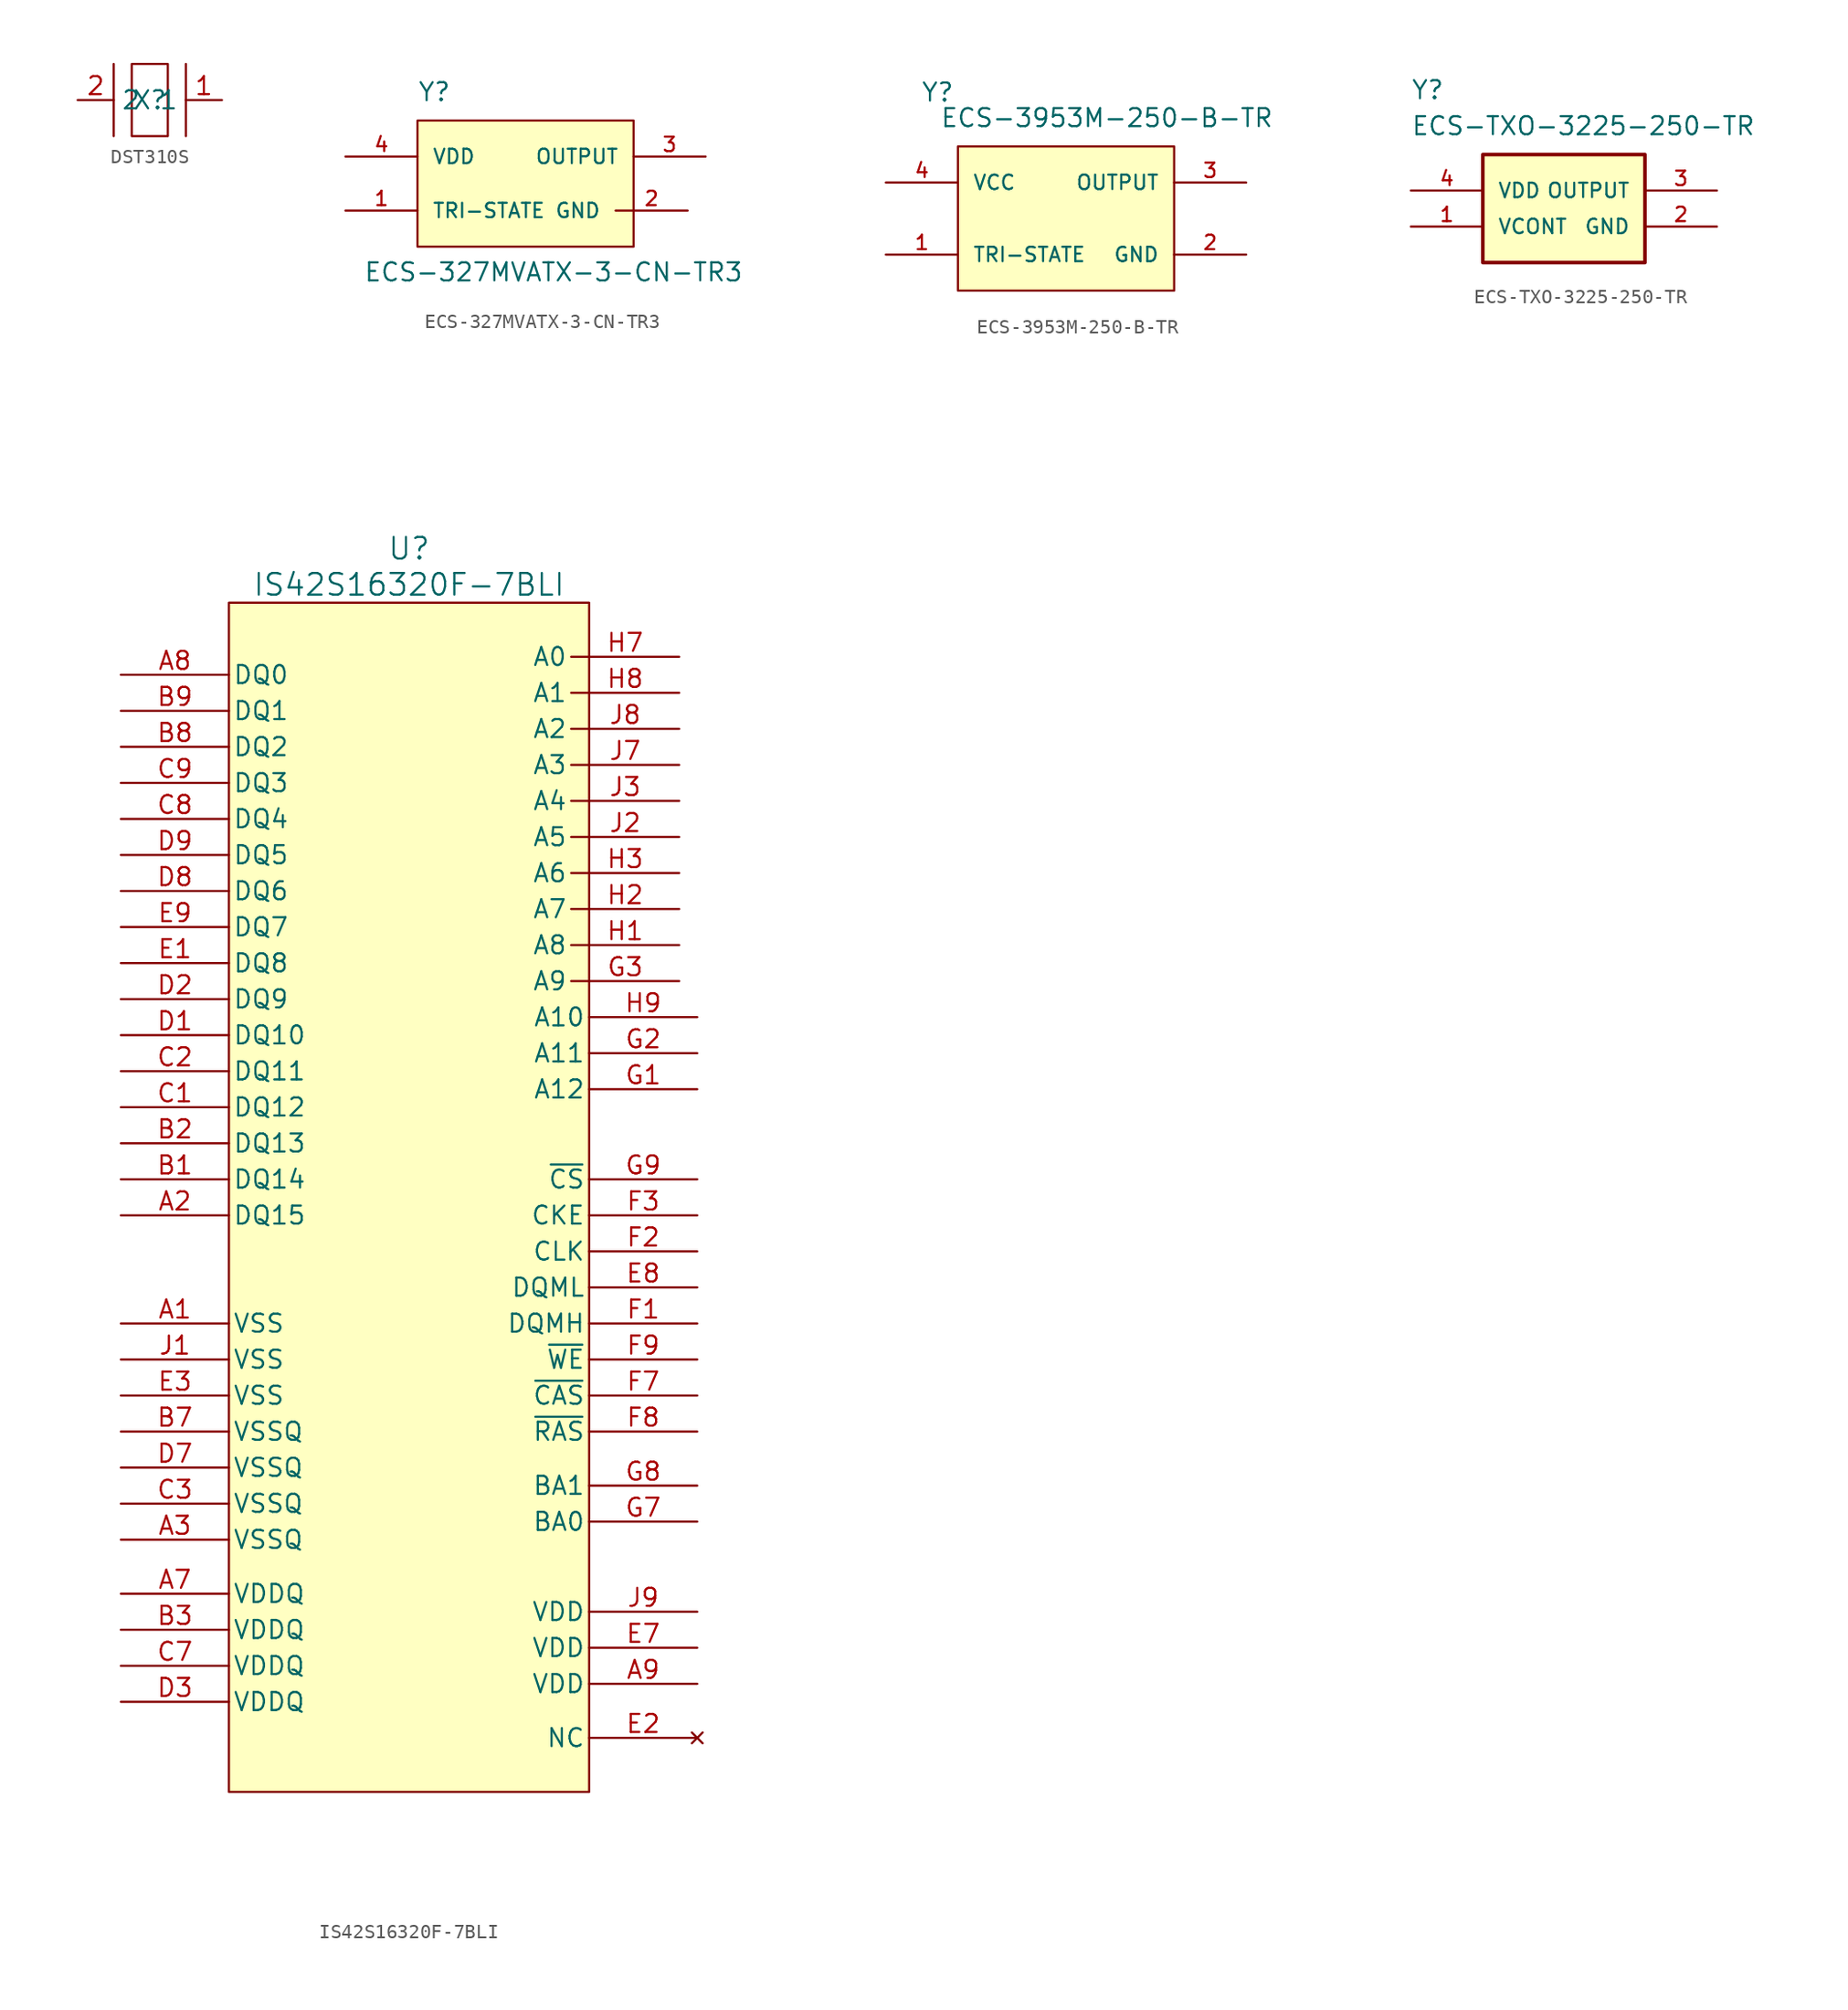
<source format=kicad_sym>
(kicad_symbol_lib
  (version 20231120)
  (generator "kicad_symbol_editor")
  (generator_version "8.0")
  (symbol "DST310S"
    (property "Reference" "X"
      (at 0 0 0)
      (effects (font (size 1.27 1.27))))
    (property "Value" ""
      (at 0 0 0)
      (effects (font (size 1.27 1.27))))
    (symbol "DST310S_0_1"
      (rectangle (start -2.54 2.54) (end -2.54 -2.54) (stroke (width 0) (type default)) (fill (type none)))
      (rectangle (start -1.27 2.54) (end 1.27 -2.54) (stroke (width 0) (type default)) (fill (type none)))
      (rectangle (start 2.54 2.54) (end 2.54 -2.54) (stroke (width 0) (type default)) (fill (type none))))
    (symbol "DST310S_1_1"
      (pin input line (at 5.08 0 180) (length 2.54) (name "1" (effects (font (size 1.27 1.27)))) (number "1" (effects (font (size 1.27 1.27)))))
      (pin input line (at -5.08 0 0) (length 2.54) (name "2" (effects (font (size 1.27 1.27)))) (number "2" (effects (font (size 1.27 1.27)))))))
  (symbol "ECS-327MVATX-3-CN-TR3"
    (pin_names
      (offset 1.016))
    (property "Reference" "Y"
      (at -7.62 5.08 0)
      (effects (font (size 1.27 1.27)) (justify left bottom)))
    (property "Value" "ECS-327MVATX-3-CN-TR3"
      (at -11.43 -7.62 0)
      (effects (font (size 1.27 1.27)) (justify left bottom)))
    (symbol "ECS-327MVATX-3-CN-TR3_0_0"
      (rectangle (start -7.62 3.81) (end 7.62 -5.08) (stroke (width 0.152) (type solid)) (fill (type background)))
      (pin input line (at -12.7 -2.54 0) (length 5.08) (name "TRI-STATE" (effects (font (size 1.016 1.016)))) (number "1" (effects (font (size 1.016 1.016)))))
      (pin power_in line (at 11.43 -2.54 180) (length 5.08) (name "GND" (effects (font (size 1.016 1.016)))) (number "2" (effects (font (size 1.016 1.016)))))
      (pin output line (at 12.7 1.27 180) (length 5.08) (name "OUTPUT" (effects (font (size 1.016 1.016)))) (number "3" (effects (font (size 1.016 1.016)))))
      (pin input line (at -12.7 1.27 0) (length 5.08) (name "VDD" (effects (font (size 1.016 1.016)))) (number "4" (effects (font (size 1.016 1.016)))))))
  (symbol "ECS-3953M-250-B-TR"
    (pin_names
      (offset 1.016))
    (property "Reference" "Y"
      (at -10.236 8.153 0)
      (effects (font (size 1.27 1.27)) (justify left bottom)))
    (property "Value" "ECS-3953M-250-B-TR"
      (at -8.89 6.35 0)
      (effects (font (size 1.27 1.27)) (justify left bottom)))
    (symbol "ECS-3953M-250-B-TR_0_0"
      (rectangle (start -7.62 5.08) (end 7.62 -5.08) (stroke (width 0.152) (type solid)) (fill (type background)))
      (pin input line (at -12.7 -2.54 0) (length 5.08) (name "TRI-STATE" (effects (font (size 1.016 1.016)))) (number "1" (effects (font (size 1.016 1.016)))))
      (pin power_in line (at 12.7 -2.54 180) (length 5.08) (name "GND" (effects (font (size 1.016 1.016)))) (number "2" (effects (font (size 1.016 1.016)))))
      (pin output line (at 12.7 2.54 180) (length 5.08) (name "OUTPUT" (effects (font (size 1.016 1.016)))) (number "3" (effects (font (size 1.016 1.016)))))
      (pin input line (at -12.7 2.54 0) (length 5.08) (name "VCC" (effects (font (size 1.016 1.016)))) (number "4" (effects (font (size 1.016 1.016)))))))
  (symbol "ECS-TXO-3225-250-TR"
    (pin_names
      (offset 1.016))
    (property "Reference" "Y"
      (at -10.16 7.62 0)
      (effects (font (size 1.27 1.27)) (justify left bottom)))
    (property "Value" "ECS-TXO-3225-250-TR"
      (at -10.16 5.08 0)
      (effects (font (size 1.27 1.27)) (justify left bottom)))
    (symbol "ECS-TXO-3225-250-TR_0_0"
      (rectangle (start -5.08 3.81) (end 6.35 -3.81) (stroke (width 0.254) (type solid)) (fill (type background)))
      (pin input line (at -10.16 -1.27 0) (length 5.08) (name "VCONT" (effects (font (size 1.016 1.016)))) (number "1" (effects (font (size 1.016 1.016)))))
      (pin power_in line (at 11.43 -1.27 180) (length 5.08) (name "GND" (effects (font (size 1.016 1.016)))) (number "2" (effects (font (size 1.016 1.016)))))
      (pin output line (at 11.43 1.27 180) (length 5.08) (name "OUTPUT" (effects (font (size 1.016 1.016)))) (number "3" (effects (font (size 1.016 1.016)))))
      (pin input line (at -10.16 1.27 0) (length 5.08) (name "VDD" (effects (font (size 1.016 1.016)))) (number "4" (effects (font (size 1.016 1.016)))))))
  (symbol "IS42S16320F-7BLI"
    (pin_names
      (offset 0.254))
    (property "Reference" "U"
      (at 0 41.91 0)
      (effects (font (size 1.524 1.524))))
    (property "Value" "IS42S16320F-7BLI"
      (at 0 39.37 0)
      (effects (font (size 1.524 1.524))))
    (property "ki_locked" ""
      (at 0 0 0)
      (effects (font (size 1.27 1.27))))
    (symbol "IS42S16320F-7BLI_1_1"
      (rectangle (start -12.7 38.1) (end 12.7 -45.72) (stroke (width 0) (type default)) (fill (type background)))
      (pin power_in line (at -20.32 -12.7 0) (length 7.62) (name "VSS" (effects (font (size 1.27 1.27)))) (number "A1" (effects (font (size 1.27 1.27)))))
      (pin bidirectional line (at -20.32 -5.08 0) (length 7.62) (name "DQ15" (effects (font (size 1.27 1.27)))) (number "A2" (effects (font (size 1.27 1.27)))))
      (pin power_in line (at -20.32 -27.94 0) (length 7.62) (name "VSSQ" (effects (font (size 1.27 1.27)))) (number "A3" (effects (font (size 1.27 1.27)))))
      (pin power_in line (at -20.32 -31.75 0) (length 7.62) (name "VDDQ" (effects (font (size 1.27 1.27)))) (number "A7" (effects (font (size 1.27 1.27)))))
      (pin bidirectional line (at -20.32 33.02 0) (length 7.62) (name "DQ0" (effects (font (size 1.27 1.27)))) (number "A8" (effects (font (size 1.27 1.27)))))
      (pin power_in line (at 20.32 -38.1 180) (length 7.62) (name "VDD" (effects (font (size 1.27 1.27)))) (number "A9" (effects (font (size 1.27 1.27)))))
      (pin bidirectional line (at -20.32 -2.54 0) (length 7.62) (name "DQ14" (effects (font (size 1.27 1.27)))) (number "B1" (effects (font (size 1.27 1.27)))))
      (pin bidirectional line (at -20.32 0 0) (length 7.62) (name "DQ13" (effects (font (size 1.27 1.27)))) (number "B2" (effects (font (size 1.27 1.27)))))
      (pin power_in line (at -20.32 -34.29 0) (length 7.62) (name "VDDQ" (effects (font (size 1.27 1.27)))) (number "B3" (effects (font (size 1.27 1.27)))))
      (pin power_in line (at -20.32 -20.32 0) (length 7.62) (name "VSSQ" (effects (font (size 1.27 1.27)))) (number "B7" (effects (font (size 1.27 1.27)))))
      (pin bidirectional line (at -20.32 27.94 0) (length 7.62) (name "DQ2" (effects (font (size 1.27 1.27)))) (number "B8" (effects (font (size 1.27 1.27)))))
      (pin bidirectional line (at -20.32 30.48 0) (length 7.62) (name "DQ1" (effects (font (size 1.27 1.27)))) (number "B9" (effects (font (size 1.27 1.27)))))
      (pin bidirectional line (at -20.32 2.54 0) (length 7.62) (name "DQ12" (effects (font (size 1.27 1.27)))) (number "C1" (effects (font (size 1.27 1.27)))))
      (pin bidirectional line (at -20.32 5.08 0) (length 7.62) (name "DQ11" (effects (font (size 1.27 1.27)))) (number "C2" (effects (font (size 1.27 1.27)))))
      (pin power_in line (at -20.32 -25.4 0) (length 7.62) (name "VSSQ" (effects (font (size 1.27 1.27)))) (number "C3" (effects (font (size 1.27 1.27)))))
      (pin power_in line (at -20.32 -36.83 0) (length 7.62) (name "VDDQ" (effects (font (size 1.27 1.27)))) (number "C7" (effects (font (size 1.27 1.27)))))
      (pin bidirectional line (at -20.32 22.86 0) (length 7.62) (name "DQ4" (effects (font (size 1.27 1.27)))) (number "C8" (effects (font (size 1.27 1.27)))))
      (pin bidirectional line (at -20.32 25.4 0) (length 7.62) (name "DQ3" (effects (font (size 1.27 1.27)))) (number "C9" (effects (font (size 1.27 1.27)))))
      (pin bidirectional line (at -20.32 7.62 0) (length 7.62) (name "DQ10" (effects (font (size 1.27 1.27)))) (number "D1" (effects (font (size 1.27 1.27)))))
      (pin bidirectional line (at -20.32 10.16 0) (length 7.62) (name "DQ9" (effects (font (size 1.27 1.27)))) (number "D2" (effects (font (size 1.27 1.27)))))
      (pin power_in line (at -20.32 -39.37 0) (length 7.62) (name "VDDQ" (effects (font (size 1.27 1.27)))) (number "D3" (effects (font (size 1.27 1.27)))))
      (pin power_in line (at -20.32 -22.86 0) (length 7.62) (name "VSSQ" (effects (font (size 1.27 1.27)))) (number "D7" (effects (font (size 1.27 1.27)))))
      (pin bidirectional line (at -20.32 17.78 0) (length 7.62) (name "DQ6" (effects (font (size 1.27 1.27)))) (number "D8" (effects (font (size 1.27 1.27)))))
      (pin bidirectional line (at -20.32 20.32 0) (length 7.62) (name "DQ5" (effects (font (size 1.27 1.27)))) (number "D9" (effects (font (size 1.27 1.27)))))
      (pin bidirectional line (at -20.32 12.7 0) (length 7.62) (name "DQ8" (effects (font (size 1.27 1.27)))) (number "E1" (effects (font (size 1.27 1.27)))))
      (pin no_connect line (at 20.32 -41.91 180) (length 7.62) (name "NC" (effects (font (size 1.27 1.27)))) (number "E2" (effects (font (size 1.27 1.27)))))
      (pin power_in line (at -20.32 -17.78 0) (length 7.62) (name "VSS" (effects (font (size 1.27 1.27)))) (number "E3" (effects (font (size 1.27 1.27)))))
      (pin power_in line (at 20.32 -35.56 180) (length 7.62) (name "VDD" (effects (font (size 1.27 1.27)))) (number "E7" (effects (font (size 1.27 1.27)))))
      (pin output line (at 20.32 -10.16 180) (length 7.62) (name "DQML" (effects (font (size 1.27 1.27)))) (number "E8" (effects (font (size 1.27 1.27)))))
      (pin bidirectional line (at -20.32 15.24 0) (length 7.62) (name "DQ7" (effects (font (size 1.27 1.27)))) (number "E9" (effects (font (size 1.27 1.27)))))
      (pin output line (at 20.32 -12.7 180) (length 7.62) (name "DQMH" (effects (font (size 1.27 1.27)))) (number "F1" (effects (font (size 1.27 1.27)))))
      (pin output line (at 20.32 -7.62 180) (length 7.62) (name "CLK" (effects (font (size 1.27 1.27)))) (number "F2" (effects (font (size 1.27 1.27)))))
      (pin output line (at 20.32 -5.08 180) (length 7.62) (name "CKE" (effects (font (size 1.27 1.27)))) (number "F3" (effects (font (size 1.27 1.27)))))
      (pin output line (at 20.32 -17.78 180) (length 7.62) (name "~{CAS}" (effects (font (size 1.27 1.27)))) (number "F7" (effects (font (size 1.27 1.27)))))
      (pin output line (at 20.32 -20.32 180) (length 7.62) (name "~{RAS}" (effects (font (size 1.27 1.27)))) (number "F8" (effects (font (size 1.27 1.27)))))
      (pin output line (at 20.32 -15.24 180) (length 7.62) (name "~{WE}" (effects (font (size 1.27 1.27)))) (number "F9" (effects (font (size 1.27 1.27)))))
      (pin output line (at 20.32 3.81 180) (length 7.62) (name "A12" (effects (font (size 1.27 1.27)))) (number "G1" (effects (font (size 1.27 1.27)))))
      (pin output line (at 20.32 6.35 180) (length 7.62) (name "A11" (effects (font (size 1.27 1.27)))) (number "G2" (effects (font (size 1.27 1.27)))))
      (pin output line (at 19.05 11.43 180) (length 7.62) (name "A9" (effects (font (size 1.27 1.27)))) (number "G3" (effects (font (size 1.27 1.27)))))
      (pin output line (at 20.32 -26.67 180) (length 7.62) (name "BA0" (effects (font (size 1.27 1.27)))) (number "G7" (effects (font (size 1.27 1.27)))))
      (pin output line (at 20.32 -24.13 180) (length 7.62) (name "BA1" (effects (font (size 1.27 1.27)))) (number "G8" (effects (font (size 1.27 1.27)))))
      (pin output line (at 20.32 -2.54 180) (length 7.62) (name "~{CS}" (effects (font (size 1.27 1.27)))) (number "G9" (effects (font (size 1.27 1.27)))))
      (pin output line (at 19.05 13.97 180) (length 7.62) (name "A8" (effects (font (size 1.27 1.27)))) (number "H1" (effects (font (size 1.27 1.27)))))
      (pin output line (at 19.05 16.51 180) (length 7.62) (name "A7" (effects (font (size 1.27 1.27)))) (number "H2" (effects (font (size 1.27 1.27)))))
      (pin output line (at 19.05 19.05 180) (length 7.62) (name "A6" (effects (font (size 1.27 1.27)))) (number "H3" (effects (font (size 1.27 1.27)))))
      (pin output line (at 19.05 34.29 180) (length 7.62) (name "A0" (effects (font (size 1.27 1.27)))) (number "H7" (effects (font (size 1.27 1.27)))))
      (pin output line (at 19.05 31.75 180) (length 7.62) (name "A1" (effects (font (size 1.27 1.27)))) (number "H8" (effects (font (size 1.27 1.27)))))
      (pin output line (at 20.32 8.89 180) (length 7.62) (name "A10" (effects (font (size 1.27 1.27)))) (number "H9" (effects (font (size 1.27 1.27)))))
      (pin power_in line (at -20.32 -15.24 0) (length 7.62) (name "VSS" (effects (font (size 1.27 1.27)))) (number "J1" (effects (font (size 1.27 1.27)))))
      (pin output line (at 19.05 21.59 180) (length 7.62) (name "A5" (effects (font (size 1.27 1.27)))) (number "J2" (effects (font (size 1.27 1.27)))))
      (pin output line (at 19.05 24.13 180) (length 7.62) (name "A4" (effects (font (size 1.27 1.27)))) (number "J3" (effects (font (size 1.27 1.27)))))
      (pin output line (at 19.05 26.67 180) (length 7.62) (name "A3" (effects (font (size 1.27 1.27)))) (number "J7" (effects (font (size 1.27 1.27)))))
      (pin output line (at 19.05 29.21 180) (length 7.62) (name "A2" (effects (font (size 1.27 1.27)))) (number "J8" (effects (font (size 1.27 1.27)))))
      (pin power_in line (at 20.32 -33.02 180) (length 7.62) (name "VDD" (effects (font (size 1.27 1.27)))) (number "J9" (effects (font (size 1.27 1.27))))))))
</source>
